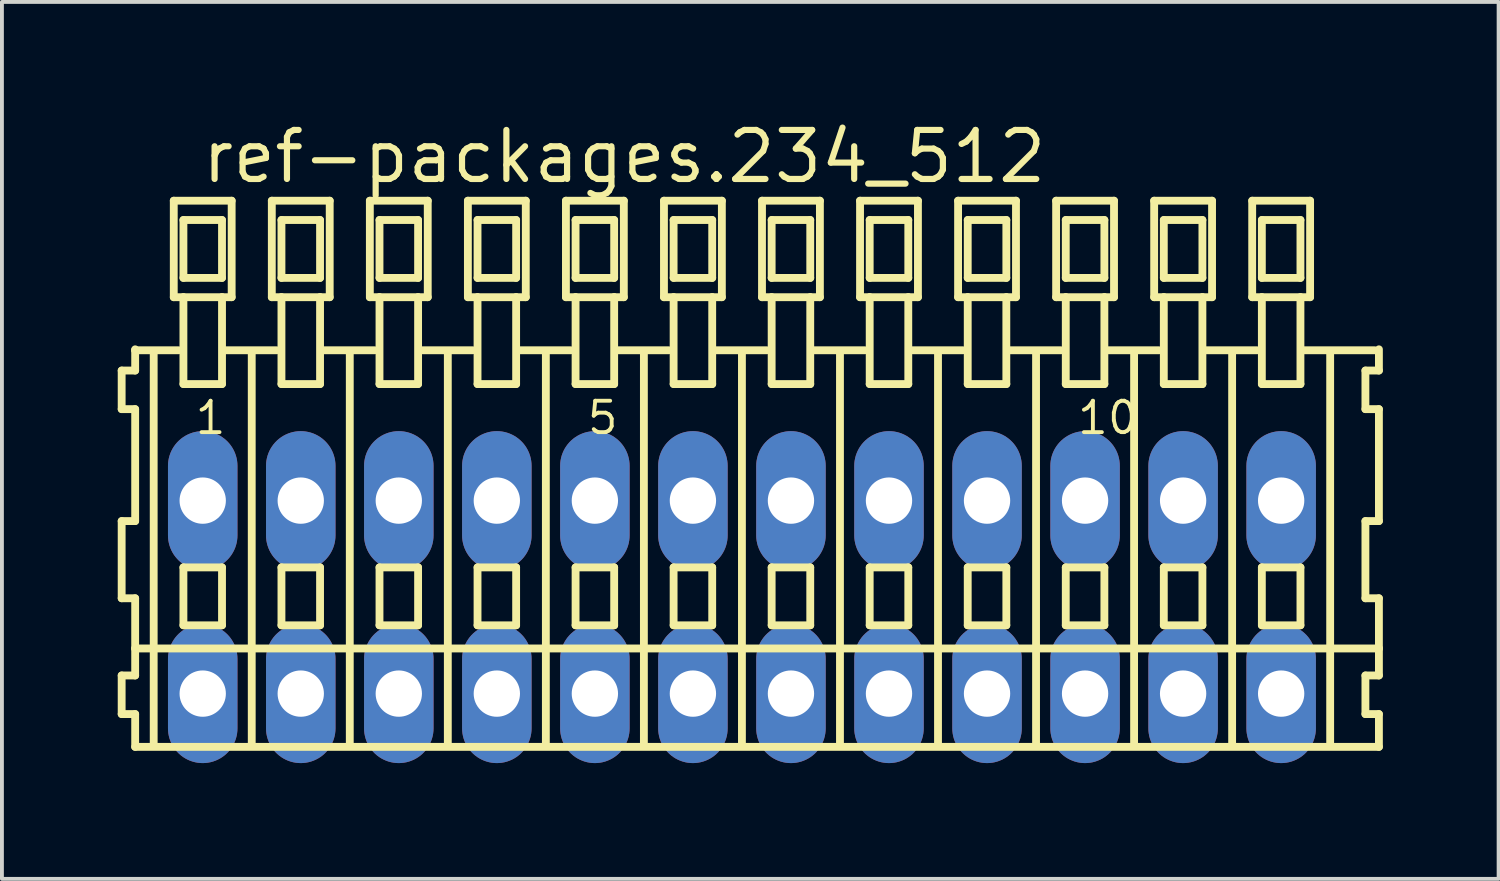
<source format=kicad_pcb>
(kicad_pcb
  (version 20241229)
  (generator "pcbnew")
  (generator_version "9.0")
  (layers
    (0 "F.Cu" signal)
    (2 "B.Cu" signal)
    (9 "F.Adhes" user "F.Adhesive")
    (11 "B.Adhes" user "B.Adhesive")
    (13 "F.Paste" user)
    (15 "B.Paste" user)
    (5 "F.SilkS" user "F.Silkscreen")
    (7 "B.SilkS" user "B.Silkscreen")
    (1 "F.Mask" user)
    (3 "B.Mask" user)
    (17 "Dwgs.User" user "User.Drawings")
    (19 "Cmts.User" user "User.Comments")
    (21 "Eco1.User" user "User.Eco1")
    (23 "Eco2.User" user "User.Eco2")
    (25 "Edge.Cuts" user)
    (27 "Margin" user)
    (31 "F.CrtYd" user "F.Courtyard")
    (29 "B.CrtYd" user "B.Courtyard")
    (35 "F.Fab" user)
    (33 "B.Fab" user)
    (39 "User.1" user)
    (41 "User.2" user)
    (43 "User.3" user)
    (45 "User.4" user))
  (footprint "ref-packages.234_512"
    (layer "F.Cu")
    (at 16.172 12.42)
    (property "Reference" "ref-packages.234_512" (at -14.07 -10.67 0) (layer "F.SilkS") (effects (font (size 1.27 1.27) (thickness 0.16)) (justify left bottom)))
    (attr through_hole)
    (fp_line (start -16.07 -5.87) (end -16.07 -4.87) (stroke (width 0.203) (type default)) (layer "F.SilkS"))
    (fp_line (start -16.07 -4.87) (end -15.72 -4.87) (stroke (width 0.203) (type default)) (layer "F.SilkS"))
    (fp_line (start -16.07 -1.97) (end -16.07 0.03) (stroke (width 0.203) (type default)) (layer "F.SilkS"))
    (fp_line (start -16.07 0.03) (end -15.72 0.03) (stroke (width 0.203) (type default)) (layer "F.SilkS"))
    (fp_line (start -16.07 2.03) (end -16.07 3.03) (stroke (width 0.203) (type default)) (layer "F.SilkS"))
    (fp_line (start -16.07 3.03) (end -15.72 3.03) (stroke (width 0.203) (type default)) (layer "F.SilkS"))
    (fp_line (start -15.72 -6.42) (end -15.72 -6.395) (stroke (width 0.203) (type default)) (layer "F.SilkS"))
    (fp_line (start -15.72 -6.395) (end -15.72 -5.87) (stroke (width 0.203) (type default)) (layer "F.SilkS"))
    (fp_line (start -15.72 -6.395) (end -14.595 -6.395) (stroke (width 0.203) (type default)) (layer "F.SilkS"))
    (fp_line (start -15.72 -5.87) (end -16.07 -5.87) (stroke (width 0.203) (type default)) (layer "F.SilkS"))
    (fp_line (start -15.72 -4.87) (end -15.72 -1.97) (stroke (width 0.203) (type default)) (layer "F.SilkS"))
    (fp_line (start -15.72 -1.97) (end -16.07 -1.97) (stroke (width 0.203) (type default)) (layer "F.SilkS"))
    (fp_line (start -15.72 0.03) (end -15.72 1.33) (stroke (width 0.203) (type default)) (layer "F.SilkS"))
    (fp_line (start -15.72 1.33) (end -15.72 2.03) (stroke (width 0.203) (type default)) (layer "F.SilkS"))
    (fp_line (start -15.72 1.33) (end 16.503 1.33) (stroke (width 0.203) (type default)) (layer "F.SilkS"))
    (fp_line (start -15.72 2.03) (end -16.07 2.03) (stroke (width 0.203) (type default)) (layer "F.SilkS"))
    (fp_line (start -15.72 3.03) (end -15.72 3.88) (stroke (width 0.203) (type default)) (layer "F.SilkS"))
    (fp_line (start -15.72 3.88) (end 16.503 3.88) (stroke (width 0.203) (type default)) (layer "F.SilkS"))
    (fp_line (start -15.24 3.83) (end -15.24 -6.33) (stroke (width 0.203) (type default)) (layer "F.SilkS"))
    (fp_line (start -14.72 -10.27) (end -14.72 -7.77) (stroke (width 0.203) (type default)) (layer "F.SilkS"))
    (fp_line (start -14.72 -7.77) (end -14.47 -7.77) (stroke (width 0.203) (type default)) (layer "F.SilkS"))
    (fp_line (start -14.47 -9.77) (end -14.47 -8.27) (stroke (width 0.203) (type default)) (layer "F.SilkS"))
    (fp_line (start -14.47 -8.27) (end -13.47 -8.27) (stroke (width 0.203) (type default)) (layer "F.SilkS"))
    (fp_line (start -14.47 -7.77) (end -14.47 -5.52) (stroke (width 0.203) (type default)) (layer "F.SilkS"))
    (fp_line (start -14.47 -7.77) (end -13.47 -7.77) (stroke (width 0.203) (type default)) (layer "F.SilkS"))
    (fp_line (start -14.47 -5.52) (end -13.47 -5.52) (stroke (width 0.203) (type default)) (layer "F.SilkS"))
    (fp_line (start -14.47 -0.77) (end -14.47 0.73) (stroke (width 0.203) (type default)) (layer "F.SilkS"))
    (fp_line (start -14.47 0.73) (end -13.47 0.73) (stroke (width 0.203) (type default)) (layer "F.SilkS"))
    (fp_line (start -13.47 -9.77) (end -14.47 -9.77) (stroke (width 0.203) (type default)) (layer "F.SilkS"))
    (fp_line (start -13.47 -8.27) (end -13.47 -9.77) (stroke (width 0.203) (type default)) (layer "F.SilkS"))
    (fp_line (start -13.47 -7.77) (end -13.22 -7.77) (stroke (width 0.203) (type default)) (layer "F.SilkS"))
    (fp_line (start -13.47 -5.52) (end -13.47 -7.77) (stroke (width 0.203) (type default)) (layer "F.SilkS"))
    (fp_line (start -13.47 -0.77) (end -14.47 -0.77) (stroke (width 0.203) (type default)) (layer "F.SilkS"))
    (fp_line (start -13.47 0.73) (end -13.47 -0.77) (stroke (width 0.203) (type default)) (layer "F.SilkS"))
    (fp_line (start -13.434 -6.395) (end -12.055 -6.395) (stroke (width 0.203) (type default)) (layer "F.SilkS"))
    (fp_line (start -13.22 -10.27) (end -14.72 -10.27) (stroke (width 0.203) (type default)) (layer "F.SilkS"))
    (fp_line (start -13.22 -7.77) (end -13.22 -10.27) (stroke (width 0.203) (type default)) (layer "F.SilkS"))
    (fp_line (start -12.7 3.83) (end -12.7 -6.33) (stroke (width 0.203) (type default)) (layer "F.SilkS"))
    (fp_line (start -12.18 -10.27) (end -12.18 -7.77) (stroke (width 0.203) (type default)) (layer "F.SilkS"))
    (fp_line (start -12.18 -7.77) (end -11.93 -7.77) (stroke (width 0.203) (type default)) (layer "F.SilkS"))
    (fp_line (start -11.93 -9.77) (end -11.93 -8.27) (stroke (width 0.203) (type default)) (layer "F.SilkS"))
    (fp_line (start -11.93 -8.27) (end -10.93 -8.27) (stroke (width 0.203) (type default)) (layer "F.SilkS"))
    (fp_line (start -11.93 -7.77) (end -11.93 -5.52) (stroke (width 0.203) (type default)) (layer "F.SilkS"))
    (fp_line (start -11.93 -7.77) (end -10.93 -7.77) (stroke (width 0.203) (type default)) (layer "F.SilkS"))
    (fp_line (start -11.93 -5.52) (end -10.93 -5.52) (stroke (width 0.203) (type default)) (layer "F.SilkS"))
    (fp_line (start -11.93 -0.77) (end -11.93 0.73) (stroke (width 0.203) (type default)) (layer "F.SilkS"))
    (fp_line (start -11.93 0.73) (end -10.93 0.73) (stroke (width 0.203) (type default)) (layer "F.SilkS"))
    (fp_line (start -10.93 -9.77) (end -11.93 -9.77) (stroke (width 0.203) (type default)) (layer "F.SilkS"))
    (fp_line (start -10.93 -8.27) (end -10.93 -9.77) (stroke (width 0.203) (type default)) (layer "F.SilkS"))
    (fp_line (start -10.93 -7.77) (end -10.68 -7.77) (stroke (width 0.203) (type default)) (layer "F.SilkS"))
    (fp_line (start -10.93 -5.52) (end -10.93 -7.77) (stroke (width 0.203) (type default)) (layer "F.SilkS"))
    (fp_line (start -10.93 -0.77) (end -11.93 -0.77) (stroke (width 0.203) (type default)) (layer "F.SilkS"))
    (fp_line (start -10.93 0.73) (end -10.93 -0.77) (stroke (width 0.203) (type default)) (layer "F.SilkS"))
    (fp_line (start -10.894 -6.395) (end -9.515 -6.395) (stroke (width 0.203) (type default)) (layer "F.SilkS"))
    (fp_line (start -10.68 -10.27) (end -12.18 -10.27) (stroke (width 0.203) (type default)) (layer "F.SilkS"))
    (fp_line (start -10.68 -7.77) (end -10.68 -10.27) (stroke (width 0.203) (type default)) (layer "F.SilkS"))
    (fp_line (start -10.16 3.83) (end -10.16 -6.33) (stroke (width 0.203) (type default)) (layer "F.SilkS"))
    (fp_line (start -9.64 -10.27) (end -9.64 -7.77) (stroke (width 0.203) (type default)) (layer "F.SilkS"))
    (fp_line (start -9.64 -7.77) (end -9.39 -7.77) (stroke (width 0.203) (type default)) (layer "F.SilkS"))
    (fp_line (start -9.39 -9.77) (end -9.39 -8.27) (stroke (width 0.203) (type default)) (layer "F.SilkS"))
    (fp_line (start -9.39 -8.27) (end -8.39 -8.27) (stroke (width 0.203) (type default)) (layer "F.SilkS"))
    (fp_line (start -9.39 -7.77) (end -9.39 -5.52) (stroke (width 0.203) (type default)) (layer "F.SilkS"))
    (fp_line (start -9.39 -7.77) (end -8.39 -7.77) (stroke (width 0.203) (type default)) (layer "F.SilkS"))
    (fp_line (start -9.39 -5.52) (end -8.39 -5.52) (stroke (width 0.203) (type default)) (layer "F.SilkS"))
    (fp_line (start -9.39 -0.77) (end -9.39 0.73) (stroke (width 0.203) (type default)) (layer "F.SilkS"))
    (fp_line (start -9.39 0.73) (end -8.39 0.73) (stroke (width 0.203) (type default)) (layer "F.SilkS"))
    (fp_line (start -8.39 -9.77) (end -9.39 -9.77) (stroke (width 0.203) (type default)) (layer "F.SilkS"))
    (fp_line (start -8.39 -8.27) (end -8.39 -9.77) (stroke (width 0.203) (type default)) (layer "F.SilkS"))
    (fp_line (start -8.39 -7.77) (end -8.14 -7.77) (stroke (width 0.203) (type default)) (layer "F.SilkS"))
    (fp_line (start -8.39 -5.52) (end -8.39 -7.77) (stroke (width 0.203) (type default)) (layer "F.SilkS"))
    (fp_line (start -8.39 -0.77) (end -9.39 -0.77) (stroke (width 0.203) (type default)) (layer "F.SilkS"))
    (fp_line (start -8.39 0.73) (end -8.39 -0.77) (stroke (width 0.203) (type default)) (layer "F.SilkS"))
    (fp_line (start -8.354 -6.395) (end -6.975 -6.395) (stroke (width 0.203) (type default)) (layer "F.SilkS"))
    (fp_line (start -8.14 -10.27) (end -9.64 -10.27) (stroke (width 0.203) (type default)) (layer "F.SilkS"))
    (fp_line (start -8.14 -7.77) (end -8.14 -10.27) (stroke (width 0.203) (type default)) (layer "F.SilkS"))
    (fp_line (start -7.62 3.83) (end -7.62 -6.33) (stroke (width 0.203) (type default)) (layer "F.SilkS"))
    (fp_line (start -7.1 -10.27) (end -7.1 -7.77) (stroke (width 0.203) (type default)) (layer "F.SilkS"))
    (fp_line (start -7.1 -7.77) (end -6.85 -7.77) (stroke (width 0.203) (type default)) (layer "F.SilkS"))
    (fp_line (start -6.85 -9.77) (end -6.85 -8.27) (stroke (width 0.203) (type default)) (layer "F.SilkS"))
    (fp_line (start -6.85 -8.27) (end -5.85 -8.27) (stroke (width 0.203) (type default)) (layer "F.SilkS"))
    (fp_line (start -6.85 -7.77) (end -6.85 -5.52) (stroke (width 0.203) (type default)) (layer "F.SilkS"))
    (fp_line (start -6.85 -7.77) (end -5.85 -7.77) (stroke (width 0.203) (type default)) (layer "F.SilkS"))
    (fp_line (start -6.85 -5.52) (end -5.85 -5.52) (stroke (width 0.203) (type default)) (layer "F.SilkS"))
    (fp_line (start -6.85 -0.77) (end -6.85 0.73) (stroke (width 0.203) (type default)) (layer "F.SilkS"))
    (fp_line (start -6.85 0.73) (end -5.85 0.73) (stroke (width 0.203) (type default)) (layer "F.SilkS"))
    (fp_line (start -5.85 -9.77) (end -6.85 -9.77) (stroke (width 0.203) (type default)) (layer "F.SilkS"))
    (fp_line (start -5.85 -8.27) (end -5.85 -9.77) (stroke (width 0.203) (type default)) (layer "F.SilkS"))
    (fp_line (start -5.85 -7.77) (end -5.6 -7.77) (stroke (width 0.203) (type default)) (layer "F.SilkS"))
    (fp_line (start -5.85 -5.52) (end -5.85 -7.77) (stroke (width 0.203) (type default)) (layer "F.SilkS"))
    (fp_line (start -5.85 -0.77) (end -6.85 -0.77) (stroke (width 0.203) (type default)) (layer "F.SilkS"))
    (fp_line (start -5.85 0.73) (end -5.85 -0.77) (stroke (width 0.203) (type default)) (layer "F.SilkS"))
    (fp_line (start -5.814 -6.395) (end -4.435 -6.395) (stroke (width 0.203) (type default)) (layer "F.SilkS"))
    (fp_line (start -5.6 -10.27) (end -7.1 -10.27) (stroke (width 0.203) (type default)) (layer "F.SilkS"))
    (fp_line (start -5.6 -7.77) (end -5.6 -10.27) (stroke (width 0.203) (type default)) (layer "F.SilkS"))
    (fp_line (start -5.08 3.83) (end -5.08 -6.33) (stroke (width 0.203) (type default)) (layer "F.SilkS"))
    (fp_line (start -4.56 -10.27) (end -4.56 -7.77) (stroke (width 0.203) (type default)) (layer "F.SilkS"))
    (fp_line (start -4.56 -7.77) (end -4.31 -7.77) (stroke (width 0.203) (type default)) (layer "F.SilkS"))
    (fp_line (start -4.31 -9.77) (end -4.31 -8.27) (stroke (width 0.203) (type default)) (layer "F.SilkS"))
    (fp_line (start -4.31 -8.27) (end -3.31 -8.27) (stroke (width 0.203) (type default)) (layer "F.SilkS"))
    (fp_line (start -4.31 -7.77) (end -4.31 -5.52) (stroke (width 0.203) (type default)) (layer "F.SilkS"))
    (fp_line (start -4.31 -7.77) (end -3.31 -7.77) (stroke (width 0.203) (type default)) (layer "F.SilkS"))
    (fp_line (start -4.31 -5.52) (end -3.31 -5.52) (stroke (width 0.203) (type default)) (layer "F.SilkS"))
    (fp_line (start -4.31 -0.77) (end -4.31 0.73) (stroke (width 0.203) (type default)) (layer "F.SilkS"))
    (fp_line (start -4.31 0.73) (end -3.31 0.73) (stroke (width 0.203) (type default)) (layer "F.SilkS"))
    (fp_line (start -3.31 -9.77) (end -4.31 -9.77) (stroke (width 0.203) (type default)) (layer "F.SilkS"))
    (fp_line (start -3.31 -8.27) (end -3.31 -9.77) (stroke (width 0.203) (type default)) (layer "F.SilkS"))
    (fp_line (start -3.31 -7.77) (end -3.06 -7.77) (stroke (width 0.203) (type default)) (layer "F.SilkS"))
    (fp_line (start -3.31 -5.52) (end -3.31 -7.77) (stroke (width 0.203) (type default)) (layer "F.SilkS"))
    (fp_line (start -3.31 -0.77) (end -4.31 -0.77) (stroke (width 0.203) (type default)) (layer "F.SilkS"))
    (fp_line (start -3.31 0.73) (end -3.31 -0.77) (stroke (width 0.203) (type default)) (layer "F.SilkS"))
    (fp_line (start -3.274 -6.395) (end -1.895 -6.395) (stroke (width 0.203) (type default)) (layer "F.SilkS"))
    (fp_line (start -3.06 -10.27) (end -4.56 -10.27) (stroke (width 0.203) (type default)) (layer "F.SilkS"))
    (fp_line (start -3.06 -7.77) (end -3.06 -10.27) (stroke (width 0.203) (type default)) (layer "F.SilkS"))
    (fp_line (start -2.54 3.83) (end -2.54 -6.33) (stroke (width 0.203) (type default)) (layer "F.SilkS"))
    (fp_line (start -2.02 -10.27) (end -2.02 -7.77) (stroke (width 0.203) (type default)) (layer "F.SilkS"))
    (fp_line (start -2.02 -7.77) (end -1.77 -7.77) (stroke (width 0.203) (type default)) (layer "F.SilkS"))
    (fp_line (start -1.77 -9.77) (end -1.77 -8.27) (stroke (width 0.203) (type default)) (layer "F.SilkS"))
    (fp_line (start -1.77 -8.27) (end -0.77 -8.27) (stroke (width 0.203) (type default)) (layer "F.SilkS"))
    (fp_line (start -1.77 -7.77) (end -1.77 -5.52) (stroke (width 0.203) (type default)) (layer "F.SilkS"))
    (fp_line (start -1.77 -7.77) (end -0.77 -7.77) (stroke (width 0.203) (type default)) (layer "F.SilkS"))
    (fp_line (start -1.77 -5.52) (end -0.77 -5.52) (stroke (width 0.203) (type default)) (layer "F.SilkS"))
    (fp_line (start -1.77 -0.77) (end -1.77 0.73) (stroke (width 0.203) (type default)) (layer "F.SilkS"))
    (fp_line (start -1.77 0.73) (end -0.77 0.73) (stroke (width 0.203) (type default)) (layer "F.SilkS"))
    (fp_line (start -0.77 -9.77) (end -1.77 -9.77) (stroke (width 0.203) (type default)) (layer "F.SilkS"))
    (fp_line (start -0.77 -8.27) (end -0.77 -9.77) (stroke (width 0.203) (type default)) (layer "F.SilkS"))
    (fp_line (start -0.77 -7.77) (end -0.52 -7.77) (stroke (width 0.203) (type default)) (layer "F.SilkS"))
    (fp_line (start -0.77 -5.52) (end -0.77 -7.77) (stroke (width 0.203) (type default)) (layer "F.SilkS"))
    (fp_line (start -0.77 -0.77) (end -1.77 -0.77) (stroke (width 0.203) (type default)) (layer "F.SilkS"))
    (fp_line (start -0.77 0.73) (end -0.77 -0.77) (stroke (width 0.203) (type default)) (layer "F.SilkS"))
    (fp_line (start -0.734 -6.395) (end 0.645 -6.395) (stroke (width 0.203) (type default)) (layer "F.SilkS"))
    (fp_line (start -0.52 -10.27) (end -2.02 -10.27) (stroke (width 0.203) (type default)) (layer "F.SilkS"))
    (fp_line (start -0.52 -7.77) (end -0.52 -10.27) (stroke (width 0.203) (type default)) (layer "F.SilkS"))
    (fp_line (start 0 3.83) (end 0 -6.33) (stroke (width 0.203) (type default)) (layer "F.SilkS"))
    (fp_line (start 0.52 -10.27) (end 0.52 -7.77) (stroke (width 0.203) (type default)) (layer "F.SilkS"))
    (fp_line (start 0.52 -7.77) (end 0.77 -7.77) (stroke (width 0.203) (type default)) (layer "F.SilkS"))
    (fp_line (start 0.77 -9.77) (end 0.77 -8.27) (stroke (width 0.203) (type default)) (layer "F.SilkS"))
    (fp_line (start 0.77 -8.27) (end 1.77 -8.27) (stroke (width 0.203) (type default)) (layer "F.SilkS"))
    (fp_line (start 0.77 -7.77) (end 0.77 -5.52) (stroke (width 0.203) (type default)) (layer "F.SilkS"))
    (fp_line (start 0.77 -7.77) (end 1.77 -7.77) (stroke (width 0.203) (type default)) (layer "F.SilkS"))
    (fp_line (start 0.77 -5.52) (end 1.77 -5.52) (stroke (width 0.203) (type default)) (layer "F.SilkS"))
    (fp_line (start 0.77 -0.77) (end 0.77 0.73) (stroke (width 0.203) (type default)) (layer "F.SilkS"))
    (fp_line (start 0.77 0.73) (end 1.77 0.73) (stroke (width 0.203) (type default)) (layer "F.SilkS"))
    (fp_line (start 1.77 -9.77) (end 0.77 -9.77) (stroke (width 0.203) (type default)) (layer "F.SilkS"))
    (fp_line (start 1.77 -8.27) (end 1.77 -9.77) (stroke (width 0.203) (type default)) (layer "F.SilkS"))
    (fp_line (start 1.77 -7.77) (end 2.02 -7.77) (stroke (width 0.203) (type default)) (layer "F.SilkS"))
    (fp_line (start 1.77 -5.52) (end 1.77 -7.77) (stroke (width 0.203) (type default)) (layer "F.SilkS"))
    (fp_line (start 1.77 -0.77) (end 0.77 -0.77) (stroke (width 0.203) (type default)) (layer "F.SilkS"))
    (fp_line (start 1.77 0.73) (end 1.77 -0.77) (stroke (width 0.203) (type default)) (layer "F.SilkS"))
    (fp_line (start 1.806 -6.395) (end 3.185 -6.395) (stroke (width 0.203) (type default)) (layer "F.SilkS"))
    (fp_line (start 2.02 -10.27) (end 0.52 -10.27) (stroke (width 0.203) (type default)) (layer "F.SilkS"))
    (fp_line (start 2.02 -7.77) (end 2.02 -10.27) (stroke (width 0.203) (type default)) (layer "F.SilkS"))
    (fp_line (start 2.54 3.83) (end 2.54 -6.33) (stroke (width 0.203) (type default)) (layer "F.SilkS"))
    (fp_line (start 3.06 -10.27) (end 3.06 -7.77) (stroke (width 0.203) (type default)) (layer "F.SilkS"))
    (fp_line (start 3.06 -7.77) (end 3.31 -7.77) (stroke (width 0.203) (type default)) (layer "F.SilkS"))
    (fp_line (start 3.31 -9.77) (end 3.31 -8.27) (stroke (width 0.203) (type default)) (layer "F.SilkS"))
    (fp_line (start 3.31 -8.27) (end 4.31 -8.27) (stroke (width 0.203) (type default)) (layer "F.SilkS"))
    (fp_line (start 3.31 -7.77) (end 3.31 -5.52) (stroke (width 0.203) (type default)) (layer "F.SilkS"))
    (fp_line (start 3.31 -7.77) (end 4.31 -7.77) (stroke (width 0.203) (type default)) (layer "F.SilkS"))
    (fp_line (start 3.31 -5.52) (end 4.31 -5.52) (stroke (width 0.203) (type default)) (layer "F.SilkS"))
    (fp_line (start 3.31 -0.77) (end 3.31 0.73) (stroke (width 0.203) (type default)) (layer "F.SilkS"))
    (fp_line (start 3.31 0.73) (end 4.31 0.73) (stroke (width 0.203) (type default)) (layer "F.SilkS"))
    (fp_line (start 4.31 -9.77) (end 3.31 -9.77) (stroke (width 0.203) (type default)) (layer "F.SilkS"))
    (fp_line (start 4.31 -8.27) (end 4.31 -9.77) (stroke (width 0.203) (type default)) (layer "F.SilkS"))
    (fp_line (start 4.31 -7.77) (end 4.56 -7.77) (stroke (width 0.203) (type default)) (layer "F.SilkS"))
    (fp_line (start 4.31 -5.52) (end 4.31 -7.77) (stroke (width 0.203) (type default)) (layer "F.SilkS"))
    (fp_line (start 4.31 -0.77) (end 3.31 -0.77) (stroke (width 0.203) (type default)) (layer "F.SilkS"))
    (fp_line (start 4.31 0.73) (end 4.31 -0.77) (stroke (width 0.203) (type default)) (layer "F.SilkS"))
    (fp_line (start 4.346 -6.395) (end 5.725 -6.395) (stroke (width 0.203) (type default)) (layer "F.SilkS"))
    (fp_line (start 4.56 -10.27) (end 3.06 -10.27) (stroke (width 0.203) (type default)) (layer "F.SilkS"))
    (fp_line (start 4.56 -7.77) (end 4.56 -10.27) (stroke (width 0.203) (type default)) (layer "F.SilkS"))
    (fp_line (start 5.08 3.83) (end 5.08 -6.33) (stroke (width 0.203) (type default)) (layer "F.SilkS"))
    (fp_line (start 5.6 -10.27) (end 5.6 -7.77) (stroke (width 0.203) (type default)) (layer "F.SilkS"))
    (fp_line (start 5.6 -7.77) (end 5.85 -7.77) (stroke (width 0.203) (type default)) (layer "F.SilkS"))
    (fp_line (start 5.85 -9.77) (end 5.85 -8.27) (stroke (width 0.203) (type default)) (layer "F.SilkS"))
    (fp_line (start 5.85 -8.27) (end 6.85 -8.27) (stroke (width 0.203) (type default)) (layer "F.SilkS"))
    (fp_line (start 5.85 -7.77) (end 5.85 -5.52) (stroke (width 0.203) (type default)) (layer "F.SilkS"))
    (fp_line (start 5.85 -7.77) (end 6.85 -7.77) (stroke (width 0.203) (type default)) (layer "F.SilkS"))
    (fp_line (start 5.85 -5.52) (end 6.85 -5.52) (stroke (width 0.203) (type default)) (layer "F.SilkS"))
    (fp_line (start 5.85 -0.77) (end 5.85 0.73) (stroke (width 0.203) (type default)) (layer "F.SilkS"))
    (fp_line (start 5.85 0.73) (end 6.85 0.73) (stroke (width 0.203) (type default)) (layer "F.SilkS"))
    (fp_line (start 6.85 -9.77) (end 5.85 -9.77) (stroke (width 0.203) (type default)) (layer "F.SilkS"))
    (fp_line (start 6.85 -8.27) (end 6.85 -9.77) (stroke (width 0.203) (type default)) (layer "F.SilkS"))
    (fp_line (start 6.85 -7.77) (end 7.1 -7.77) (stroke (width 0.203) (type default)) (layer "F.SilkS"))
    (fp_line (start 6.85 -5.52) (end 6.85 -7.77) (stroke (width 0.203) (type default)) (layer "F.SilkS"))
    (fp_line (start 6.85 -0.77) (end 5.85 -0.77) (stroke (width 0.203) (type default)) (layer "F.SilkS"))
    (fp_line (start 6.85 0.73) (end 6.85 -0.77) (stroke (width 0.203) (type default)) (layer "F.SilkS"))
    (fp_line (start 6.886 -6.395) (end 8.265 -6.395) (stroke (width 0.203) (type default)) (layer "F.SilkS"))
    (fp_line (start 7.1 -10.27) (end 5.6 -10.27) (stroke (width 0.203) (type default)) (layer "F.SilkS"))
    (fp_line (start 7.1 -7.77) (end 7.1 -10.27) (stroke (width 0.203) (type default)) (layer "F.SilkS"))
    (fp_line (start 7.62 3.83) (end 7.62 -6.33) (stroke (width 0.203) (type default)) (layer "F.SilkS"))
    (fp_line (start 8.14 -10.27) (end 8.14 -7.77) (stroke (width 0.203) (type default)) (layer "F.SilkS"))
    (fp_line (start 8.14 -7.77) (end 8.39 -7.77) (stroke (width 0.203) (type default)) (layer "F.SilkS"))
    (fp_line (start 8.39 -9.77) (end 8.39 -8.27) (stroke (width 0.203) (type default)) (layer "F.SilkS"))
    (fp_line (start 8.39 -8.27) (end 9.39 -8.27) (stroke (width 0.203) (type default)) (layer "F.SilkS"))
    (fp_line (start 8.39 -7.77) (end 8.39 -5.52) (stroke (width 0.203) (type default)) (layer "F.SilkS"))
    (fp_line (start 8.39 -7.77) (end 9.39 -7.77) (stroke (width 0.203) (type default)) (layer "F.SilkS"))
    (fp_line (start 8.39 -5.52) (end 9.39 -5.52) (stroke (width 0.203) (type default)) (layer "F.SilkS"))
    (fp_line (start 8.39 -0.77) (end 8.39 0.73) (stroke (width 0.203) (type default)) (layer "F.SilkS"))
    (fp_line (start 8.39 0.73) (end 9.39 0.73) (stroke (width 0.203) (type default)) (layer "F.SilkS"))
    (fp_line (start 9.39 -9.77) (end 8.39 -9.77) (stroke (width 0.203) (type default)) (layer "F.SilkS"))
    (fp_line (start 9.39 -8.27) (end 9.39 -9.77) (stroke (width 0.203) (type default)) (layer "F.SilkS"))
    (fp_line (start 9.39 -7.77) (end 9.64 -7.77) (stroke (width 0.203) (type default)) (layer "F.SilkS"))
    (fp_line (start 9.39 -5.52) (end 9.39 -7.77) (stroke (width 0.203) (type default)) (layer "F.SilkS"))
    (fp_line (start 9.39 -0.77) (end 8.39 -0.77) (stroke (width 0.203) (type default)) (layer "F.SilkS"))
    (fp_line (start 9.39 0.73) (end 9.39 -0.77) (stroke (width 0.203) (type default)) (layer "F.SilkS"))
    (fp_line (start 9.426 -6.395) (end 10.805 -6.395) (stroke (width 0.203) (type default)) (layer "F.SilkS"))
    (fp_line (start 9.64 -10.27) (end 8.14 -10.27) (stroke (width 0.203) (type default)) (layer "F.SilkS"))
    (fp_line (start 9.64 -7.77) (end 9.64 -10.27) (stroke (width 0.203) (type default)) (layer "F.SilkS"))
    (fp_line (start 10.16 3.83) (end 10.16 -6.33) (stroke (width 0.203) (type default)) (layer "F.SilkS"))
    (fp_line (start 10.68 -10.27) (end 10.68 -7.77) (stroke (width 0.203) (type default)) (layer "F.SilkS"))
    (fp_line (start 10.68 -7.77) (end 10.93 -7.77) (stroke (width 0.203) (type default)) (layer "F.SilkS"))
    (fp_line (start 10.93 -9.77) (end 10.93 -8.27) (stroke (width 0.203) (type default)) (layer "F.SilkS"))
    (fp_line (start 10.93 -8.27) (end 11.93 -8.27) (stroke (width 0.203) (type default)) (layer "F.SilkS"))
    (fp_line (start 10.93 -7.77) (end 10.93 -5.52) (stroke (width 0.203) (type default)) (layer "F.SilkS"))
    (fp_line (start 10.93 -7.77) (end 11.93 -7.77) (stroke (width 0.203) (type default)) (layer "F.SilkS"))
    (fp_line (start 10.93 -5.52) (end 11.93 -5.52) (stroke (width 0.203) (type default)) (layer "F.SilkS"))
    (fp_line (start 10.93 -0.77) (end 10.93 0.73) (stroke (width 0.203) (type default)) (layer "F.SilkS"))
    (fp_line (start 10.93 0.73) (end 11.93 0.73) (stroke (width 0.203) (type default)) (layer "F.SilkS"))
    (fp_line (start 11.93 -9.77) (end 10.93 -9.77) (stroke (width 0.203) (type default)) (layer "F.SilkS"))
    (fp_line (start 11.93 -8.27) (end 11.93 -9.77) (stroke (width 0.203) (type default)) (layer "F.SilkS"))
    (fp_line (start 11.93 -7.77) (end 12.18 -7.77) (stroke (width 0.203) (type default)) (layer "F.SilkS"))
    (fp_line (start 11.93 -5.52) (end 11.93 -7.77) (stroke (width 0.203) (type default)) (layer "F.SilkS"))
    (fp_line (start 11.93 -0.77) (end 10.93 -0.77) (stroke (width 0.203) (type default)) (layer "F.SilkS"))
    (fp_line (start 11.93 0.73) (end 11.93 -0.77) (stroke (width 0.203) (type default)) (layer "F.SilkS"))
    (fp_line (start 11.966 -6.395) (end 13.345 -6.395) (stroke (width 0.203) (type default)) (layer "F.SilkS"))
    (fp_line (start 12.18 -10.27) (end 10.68 -10.27) (stroke (width 0.203) (type default)) (layer "F.SilkS"))
    (fp_line (start 12.18 -7.77) (end 12.18 -10.27) (stroke (width 0.203) (type default)) (layer "F.SilkS"))
    (fp_line (start 12.7 3.83) (end 12.7 -6.33) (stroke (width 0.203) (type default)) (layer "F.SilkS"))
    (fp_line (start 13.22 -10.27) (end 13.22 -7.77) (stroke (width 0.203) (type default)) (layer "F.SilkS"))
    (fp_line (start 13.22 -7.77) (end 13.47 -7.77) (stroke (width 0.203) (type default)) (layer "F.SilkS"))
    (fp_line (start 13.47 -9.77) (end 13.47 -8.27) (stroke (width 0.203) (type default)) (layer "F.SilkS"))
    (fp_line (start 13.47 -8.27) (end 14.47 -8.27) (stroke (width 0.203) (type default)) (layer "F.SilkS"))
    (fp_line (start 13.47 -7.77) (end 13.47 -5.52) (stroke (width 0.203) (type default)) (layer "F.SilkS"))
    (fp_line (start 13.47 -7.77) (end 14.47 -7.77) (stroke (width 0.203) (type default)) (layer "F.SilkS"))
    (fp_line (start 13.47 -5.52) (end 14.47 -5.52) (stroke (width 0.203) (type default)) (layer "F.SilkS"))
    (fp_line (start 13.47 -0.77) (end 13.47 0.73) (stroke (width 0.203) (type default)) (layer "F.SilkS"))
    (fp_line (start 13.47 0.73) (end 14.47 0.73) (stroke (width 0.203) (type default)) (layer "F.SilkS"))
    (fp_line (start 14.47 -9.77) (end 13.47 -9.77) (stroke (width 0.203) (type default)) (layer "F.SilkS"))
    (fp_line (start 14.47 -8.27) (end 14.47 -9.77) (stroke (width 0.203) (type default)) (layer "F.SilkS"))
    (fp_line (start 14.47 -7.77) (end 14.72 -7.77) (stroke (width 0.203) (type default)) (layer "F.SilkS"))
    (fp_line (start 14.47 -5.52) (end 14.47 -7.77) (stroke (width 0.203) (type default)) (layer "F.SilkS"))
    (fp_line (start 14.47 -0.77) (end 13.47 -0.77) (stroke (width 0.203) (type default)) (layer "F.SilkS"))
    (fp_line (start 14.47 0.73) (end 14.47 -0.77) (stroke (width 0.203) (type default)) (layer "F.SilkS"))
    (fp_line (start 14.506 -6.395) (end 16.393 -6.395) (stroke (width 0.203) (type default)) (layer "F.SilkS"))
    (fp_line (start 14.72 -10.27) (end 13.22 -10.27) (stroke (width 0.203) (type default)) (layer "F.SilkS"))
    (fp_line (start 14.72 -7.77) (end 14.72 -10.27) (stroke (width 0.203) (type default)) (layer "F.SilkS"))
    (fp_line (start 15.24 3.83) (end 15.24 -6.33) (stroke (width 0.203) (type default)) (layer "F.SilkS"))
    (fp_line (start 16.153 -5.87) (end 16.153 -4.87) (stroke (width 0.203) (type default)) (layer "F.SilkS"))
    (fp_line (start 16.153 -4.87) (end 16.503 -4.87) (stroke (width 0.203) (type default)) (layer "F.SilkS"))
    (fp_line (start 16.153 -1.97) (end 16.153 0.03) (stroke (width 0.203) (type default)) (layer "F.SilkS"))
    (fp_line (start 16.153 0.03) (end 16.503 0.03) (stroke (width 0.203) (type default)) (layer "F.SilkS"))
    (fp_line (start 16.153 2.03) (end 16.153 3.03) (stroke (width 0.203) (type default)) (layer "F.SilkS"))
    (fp_line (start 16.153 3.03) (end 16.503 3.03) (stroke (width 0.203) (type default)) (layer "F.SilkS"))
    (fp_line (start 16.503 -5.87) (end 16.153 -5.87) (stroke (width 0.203) (type default)) (layer "F.SilkS"))
    (fp_line (start 16.503 -5.87) (end 16.503 -6.42) (stroke (width 0.203) (type default)) (layer "F.SilkS"))
    (fp_line (start 16.503 -1.97) (end 16.153 -1.97) (stroke (width 0.203) (type default)) (layer "F.SilkS"))
    (fp_line (start 16.503 -1.97) (end 16.503 -4.87) (stroke (width 0.203) (type default)) (layer "F.SilkS"))
    (fp_line (start 16.503 1.33) (end 16.503 0.03) (stroke (width 0.203) (type default)) (layer "F.SilkS"))
    (fp_line (start 16.503 2.03) (end 16.153 2.03) (stroke (width 0.203) (type default)) (layer "F.SilkS"))
    (fp_line (start 16.503 2.03) (end 16.503 1.33) (stroke (width 0.203) (type default)) (layer "F.SilkS"))
    (fp_line (start 16.503 3.88) (end 16.503 3.03) (stroke (width 0.203) (type default)) (layer "F.SilkS"))
    (fp_text user "1" (at -14.22 -4.17 0) (layer "F.SilkS") (effects (font (size 0.813 0.813) (thickness 0.1)) (justify left bottom)))
    (fp_text user "5" (at -4.06 -4.17 0) (layer "F.SilkS") (effects (font (size 0.813 0.813) (thickness 0.1)) (justify left bottom)))
    (fp_text user "10" (at 8.64 -4.17 0) (layer "F.SilkS") (effects (font (size 0.813 0.813) (thickness 0.1)) (justify left bottom)))
    (pad "A1" thru_hole oval (at -13.97 -2.5 90) (size 3.6 1.8) (drill 1.2) (layers "*.Cu" "*.Mask"))
    (pad "A2" thru_hole oval (at -11.43 -2.5 90) (size 3.6 1.8) (drill 1.2) (layers "*.Cu" "*.Mask"))
    (pad "A3" thru_hole oval (at -8.89 -2.5 90) (size 3.6 1.8) (drill 1.2) (layers "*.Cu" "*.Mask"))
    (pad "A4" thru_hole oval (at -6.35 -2.5 90) (size 3.6 1.8) (drill 1.2) (layers "*.Cu" "*.Mask"))
    (pad "A5" thru_hole oval (at -3.81 -2.5 90) (size 3.6 1.8) (drill 1.2) (layers "*.Cu" "*.Mask"))
    (pad "A6" thru_hole oval (at -1.27 -2.5 90) (size 3.6 1.8) (drill 1.2) (layers "*.Cu" "*.Mask"))
    (pad "A7" thru_hole oval (at 1.27 -2.5 90) (size 3.6 1.8) (drill 1.2) (layers "*.Cu" "*.Mask"))
    (pad "A8" thru_hole oval (at 3.81 -2.5 90) (size 3.6 1.8) (drill 1.2) (layers "*.Cu" "*.Mask"))
    (pad "A9" thru_hole oval (at 6.35 -2.5 90) (size 3.6 1.8) (drill 1.2) (layers "*.Cu" "*.Mask"))
    (pad "A10" thru_hole oval (at 8.89 -2.5 90) (size 3.6 1.8) (drill 1.2) (layers "*.Cu" "*.Mask"))
    (pad "A11" thru_hole oval (at 11.43 -2.5 90) (size 3.6 1.8) (drill 1.2) (layers "*.Cu" "*.Mask"))
    (pad "A12" thru_hole oval (at 13.97 -2.5 90) (size 3.6 1.8) (drill 1.2) (layers "*.Cu" "*.Mask"))
    (pad "B1" thru_hole oval (at -13.97 2.5 90) (size 3.6 1.8) (drill 1.2) (layers "*.Cu" "*.Mask"))
    (pad "B2" thru_hole oval (at -11.43 2.5 90) (size 3.6 1.8) (drill 1.2) (layers "*.Cu" "*.Mask"))
    (pad "B3" thru_hole oval (at -8.89 2.5 90) (size 3.6 1.8) (drill 1.2) (layers "*.Cu" "*.Mask"))
    (pad "B4" thru_hole oval (at -6.35 2.5 90) (size 3.6 1.8) (drill 1.2) (layers "*.Cu" "*.Mask"))
    (pad "B5" thru_hole oval (at -3.81 2.5 90) (size 3.6 1.8) (drill 1.2) (layers "*.Cu" "*.Mask"))
    (pad "B6" thru_hole oval (at -1.27 2.5 90) (size 3.6 1.8) (drill 1.2) (layers "*.Cu" "*.Mask"))
    (pad "B7" thru_hole oval (at 1.27 2.5 90) (size 3.6 1.8) (drill 1.2) (layers "*.Cu" "*.Mask"))
    (pad "B8" thru_hole oval (at 3.81 2.5 90) (size 3.6 1.8) (drill 1.2) (layers "*.Cu" "*.Mask"))
    (pad "B9" thru_hole oval (at 6.35 2.5 90) (size 3.6 1.8) (drill 1.2) (layers "*.Cu" "*.Mask"))
    (pad "B10" thru_hole oval (at 8.89 2.5 90) (size 3.6 1.8) (drill 1.2) (layers "*.Cu" "*.Mask"))
    (pad "B11" thru_hole oval (at 11.43 2.5 90) (size 3.6 1.8) (drill 1.2) (layers "*.Cu" "*.Mask"))
    (pad "B12" thru_hole oval (at 13.97 2.5 90) (size 3.6 1.8) (drill 1.2) (layers "*.Cu" "*.Mask")))
  (gr_rect
    (start -3 -3)
    (end 35.776 19.72)
    (stroke (width 0.1) (type default))
    (fill no)
    (layer "Edge.Cuts")))
</source>
